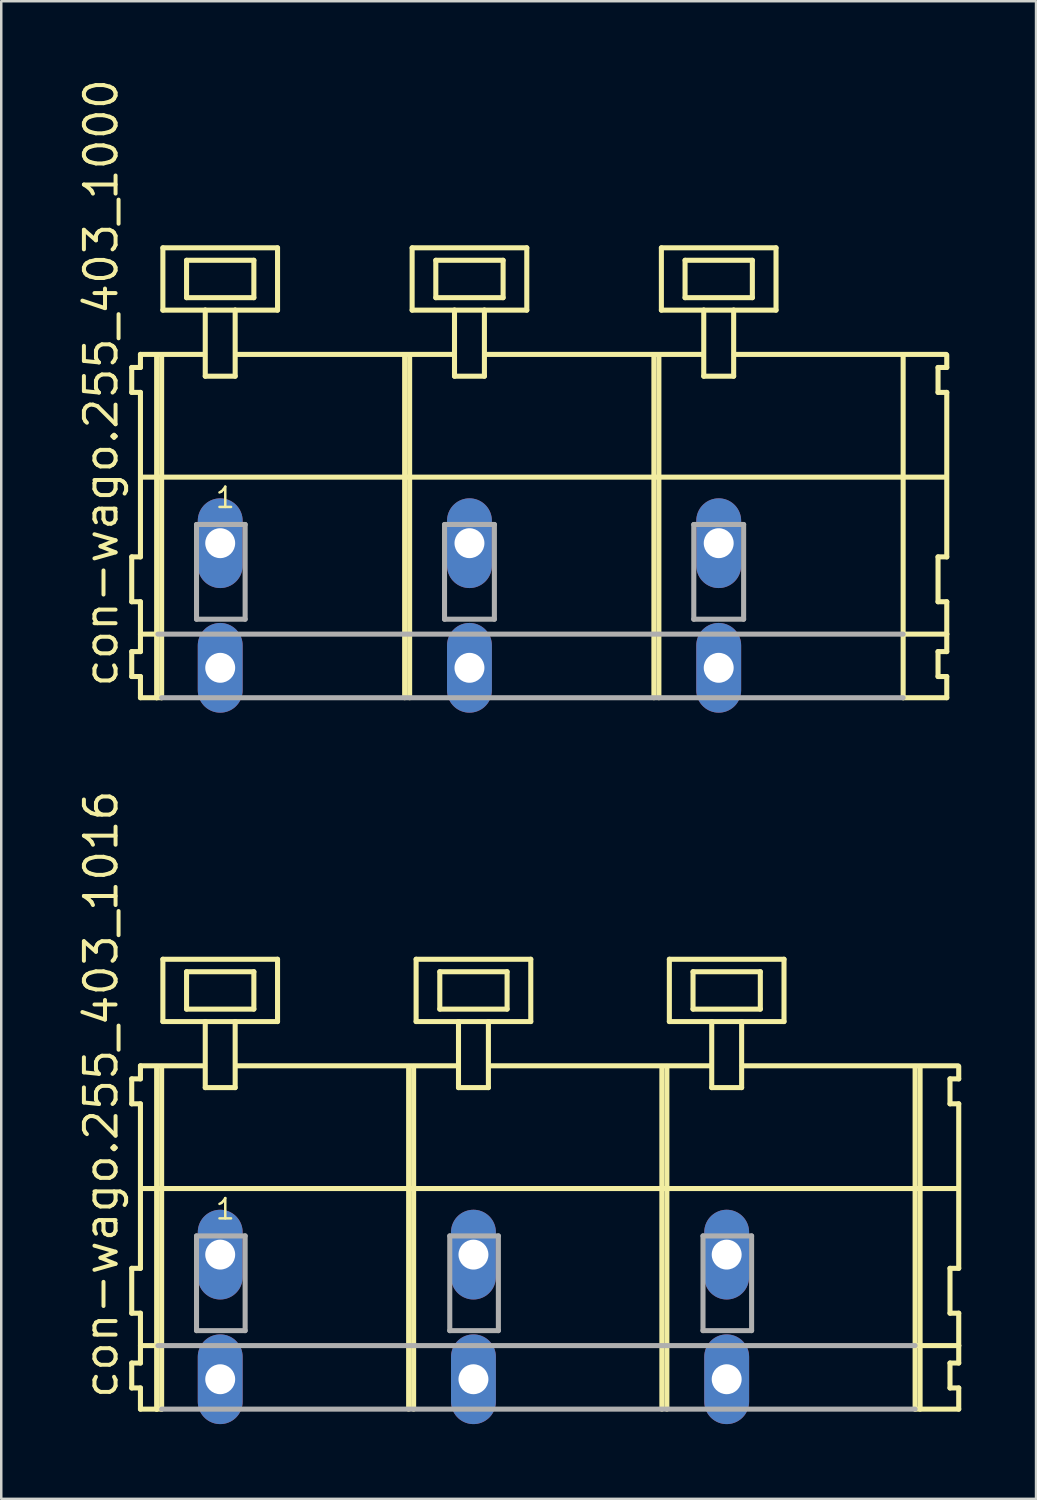
<source format=kicad_pcb>
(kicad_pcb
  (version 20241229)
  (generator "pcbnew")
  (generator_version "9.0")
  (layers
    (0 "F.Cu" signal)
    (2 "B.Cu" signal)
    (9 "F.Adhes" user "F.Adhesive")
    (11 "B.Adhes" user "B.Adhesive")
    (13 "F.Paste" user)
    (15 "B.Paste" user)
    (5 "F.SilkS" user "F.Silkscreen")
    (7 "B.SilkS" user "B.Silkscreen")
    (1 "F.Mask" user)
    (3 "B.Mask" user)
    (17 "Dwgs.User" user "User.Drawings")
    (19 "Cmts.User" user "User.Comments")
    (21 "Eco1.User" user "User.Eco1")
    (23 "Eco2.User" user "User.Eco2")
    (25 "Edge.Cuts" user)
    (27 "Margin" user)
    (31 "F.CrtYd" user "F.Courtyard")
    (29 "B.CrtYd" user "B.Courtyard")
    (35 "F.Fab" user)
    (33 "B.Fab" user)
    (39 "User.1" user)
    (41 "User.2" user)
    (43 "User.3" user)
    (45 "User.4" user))
  (footprint "con-wago.255_403_1016"
    (layer "F.Cu")
    (at 13.405 47.286)
    (property "Reference" "con-wago.255_403_1016" (at -11.655 5.855 90) (layer "F.SilkS") (effects (font (size 1.27 1.27) (thickness 0.16)) (justify left bottom)))
    (attr through_hole)
    (fp_line (start -11.17 -7.05) (end -11.17 -6.05) (stroke (width 0.203) (type default)) (layer "F.SilkS"))
    (fp_line (start -11.17 -6.05) (end -10.82 -6.05) (stroke (width 0.203) (type default)) (layer "F.SilkS"))
    (fp_line (start -11.17 0.55) (end -11.17 2.35) (stroke (width 0.203) (type default)) (layer "F.SilkS"))
    (fp_line (start -11.17 2.35) (end -10.82 2.35) (stroke (width 0.203) (type default)) (layer "F.SilkS"))
    (fp_line (start -11.17 4.35) (end -11.17 5.35) (stroke (width 0.203) (type default)) (layer "F.SilkS"))
    (fp_line (start -11.17 5.35) (end -10.82 5.35) (stroke (width 0.203) (type default)) (layer "F.SilkS"))
    (fp_line (start -10.82 -7.575) (end -10.82 -7.05) (stroke (width 0.203) (type default)) (layer "F.SilkS"))
    (fp_line (start -10.82 -7.575) (end -8.245 -7.575) (stroke (width 0.203) (type default)) (layer "F.SilkS"))
    (fp_line (start -10.82 -7.05) (end -11.17 -7.05) (stroke (width 0.203) (type default)) (layer "F.SilkS"))
    (fp_line (start -10.82 -6.05) (end -10.82 0.55) (stroke (width 0.203) (type default)) (layer "F.SilkS"))
    (fp_line (start -10.82 0.55) (end -11.17 0.55) (stroke (width 0.203) (type default)) (layer "F.SilkS"))
    (fp_line (start -10.82 2.35) (end -10.82 4.35) (stroke (width 0.203) (type default)) (layer "F.SilkS"))
    (fp_line (start -10.82 3.65) (end -10.12 3.65) (stroke (width 0.203) (type default)) (layer "F.SilkS"))
    (fp_line (start -10.82 4.35) (end -11.17 4.35) (stroke (width 0.203) (type default)) (layer "F.SilkS"))
    (fp_line (start -10.82 5.35) (end -10.82 6.2) (stroke (width 0.203) (type default)) (layer "F.SilkS"))
    (fp_line (start -10.82 6.2) (end -10.17 6.2) (stroke (width 0.203) (type default)) (layer "F.SilkS"))
    (fp_line (start -10.77 -2.65) (end 21.96 -2.65) (stroke (width 0.203) (type default)) (layer "F.SilkS"))
    (fp_line (start -10.17 -7.55) (end -10.17 6.2) (stroke (width 0.203) (type default)) (layer "F.SilkS"))
    (fp_line (start -10.17 6.2) (end -9.97 6.2) (stroke (width 0.203) (type default)) (layer "F.SilkS"))
    (fp_line (start -9.97 -7.55) (end -9.97 6.2) (stroke (width 0.203) (type default)) (layer "F.SilkS"))
    (fp_line (start -9.92 -11.85) (end -9.92 -9.35) (stroke (width 0.203) (type default)) (layer "F.SilkS"))
    (fp_line (start -9.92 -9.35) (end -8.22 -9.35) (stroke (width 0.203) (type default)) (layer "F.SilkS"))
    (fp_line (start -8.97 -11.35) (end -8.97 -9.85) (stroke (width 0.203) (type default)) (layer "F.SilkS"))
    (fp_line (start -8.97 -9.85) (end -6.27 -9.85) (stroke (width 0.203) (type default)) (layer "F.SilkS"))
    (fp_line (start -8.22 -9.35) (end -8.22 -6.7) (stroke (width 0.203) (type default)) (layer "F.SilkS"))
    (fp_line (start -8.22 -9.35) (end -7.02 -9.35) (stroke (width 0.203) (type default)) (layer "F.SilkS"))
    (fp_line (start -8.22 -6.7) (end -7.02 -6.7) (stroke (width 0.203) (type default)) (layer "F.SilkS"))
    (fp_line (start -7.02 -9.35) (end -5.32 -9.35) (stroke (width 0.203) (type default)) (layer "F.SilkS"))
    (fp_line (start -7.02 -6.7) (end -7.02 -9.35) (stroke (width 0.203) (type default)) (layer "F.SilkS"))
    (fp_line (start -6.995 -7.575) (end 1.919 -7.575) (stroke (width 0.203) (type default)) (layer "F.SilkS"))
    (fp_line (start -6.27 -11.35) (end -8.97 -11.35) (stroke (width 0.203) (type default)) (layer "F.SilkS"))
    (fp_line (start -6.27 -9.85) (end -6.27 -11.35) (stroke (width 0.203) (type default)) (layer "F.SilkS"))
    (fp_line (start -5.32 -11.85) (end -9.92 -11.85) (stroke (width 0.203) (type default)) (layer "F.SilkS"))
    (fp_line (start -5.32 -9.35) (end -5.32 -11.85) (stroke (width 0.203) (type default)) (layer "F.SilkS"))
    (fp_line (start -0.06 -7.55) (end -0.06 6.2) (stroke (width 0.203) (type default)) (layer "F.SilkS"))
    (fp_line (start 0.14 -7.55) (end 0.14 6.2) (stroke (width 0.203) (type default)) (layer "F.SilkS"))
    (fp_line (start 0.24 -11.85) (end 0.24 -9.35) (stroke (width 0.203) (type default)) (layer "F.SilkS"))
    (fp_line (start 0.24 -9.35) (end 1.94 -9.35) (stroke (width 0.203) (type default)) (layer "F.SilkS"))
    (fp_line (start 1.19 -11.35) (end 1.19 -9.85) (stroke (width 0.203) (type default)) (layer "F.SilkS"))
    (fp_line (start 1.19 -9.85) (end 3.89 -9.85) (stroke (width 0.203) (type default)) (layer "F.SilkS"))
    (fp_line (start 1.94 -9.35) (end 1.94 -6.7) (stroke (width 0.203) (type default)) (layer "F.SilkS"))
    (fp_line (start 1.94 -9.35) (end 3.14 -9.35) (stroke (width 0.203) (type default)) (layer "F.SilkS"))
    (fp_line (start 1.94 -6.7) (end 3.14 -6.7) (stroke (width 0.203) (type default)) (layer "F.SilkS"))
    (fp_line (start 3.14 -9.35) (end 4.84 -9.35) (stroke (width 0.203) (type default)) (layer "F.SilkS"))
    (fp_line (start 3.14 -6.7) (end 3.14 -9.35) (stroke (width 0.203) (type default)) (layer "F.SilkS"))
    (fp_line (start 3.165 -7.575) (end 12.079 -7.575) (stroke (width 0.203) (type default)) (layer "F.SilkS"))
    (fp_line (start 3.89 -11.35) (end 1.19 -11.35) (stroke (width 0.203) (type default)) (layer "F.SilkS"))
    (fp_line (start 3.89 -9.85) (end 3.89 -11.35) (stroke (width 0.203) (type default)) (layer "F.SilkS"))
    (fp_line (start 4.84 -11.85) (end 0.24 -11.85) (stroke (width 0.203) (type default)) (layer "F.SilkS"))
    (fp_line (start 4.84 -9.35) (end 4.84 -11.85) (stroke (width 0.203) (type default)) (layer "F.SilkS"))
    (fp_line (start 10.1 -7.55) (end 10.1 6.2) (stroke (width 0.203) (type default)) (layer "F.SilkS"))
    (fp_line (start 10.3 -7.55) (end 10.3 6.2) (stroke (width 0.203) (type default)) (layer "F.SilkS"))
    (fp_line (start 10.4 -11.85) (end 10.4 -9.35) (stroke (width 0.203) (type default)) (layer "F.SilkS"))
    (fp_line (start 10.4 -9.35) (end 12.1 -9.35) (stroke (width 0.203) (type default)) (layer "F.SilkS"))
    (fp_line (start 11.35 -11.35) (end 11.35 -9.85) (stroke (width 0.203) (type default)) (layer "F.SilkS"))
    (fp_line (start 11.35 -9.85) (end 14.05 -9.85) (stroke (width 0.203) (type default)) (layer "F.SilkS"))
    (fp_line (start 12.1 -9.35) (end 12.1 -6.7) (stroke (width 0.203) (type default)) (layer "F.SilkS"))
    (fp_line (start 12.1 -9.35) (end 13.3 -9.35) (stroke (width 0.203) (type default)) (layer "F.SilkS"))
    (fp_line (start 12.1 -6.7) (end 13.3 -6.7) (stroke (width 0.203) (type default)) (layer "F.SilkS"))
    (fp_line (start 13.3 -9.35) (end 15 -9.35) (stroke (width 0.203) (type default)) (layer "F.SilkS"))
    (fp_line (start 13.3 -6.7) (end 13.3 -9.35) (stroke (width 0.203) (type default)) (layer "F.SilkS"))
    (fp_line (start 13.325 -7.575) (end 21.985 -7.575) (stroke (width 0.203) (type default)) (layer "F.SilkS"))
    (fp_line (start 14.05 -11.35) (end 11.35 -11.35) (stroke (width 0.203) (type default)) (layer "F.SilkS"))
    (fp_line (start 14.05 -9.85) (end 14.05 -11.35) (stroke (width 0.203) (type default)) (layer "F.SilkS"))
    (fp_line (start 15 -11.85) (end 10.4 -11.85) (stroke (width 0.203) (type default)) (layer "F.SilkS"))
    (fp_line (start 15 -9.35) (end 15 -11.85) (stroke (width 0.203) (type default)) (layer "F.SilkS"))
    (fp_line (start 20.26 -7.55) (end 20.26 6.2) (stroke (width 0.203) (type default)) (layer "F.SilkS"))
    (fp_line (start 20.26 6.2) (end 22.01 6.2) (stroke (width 0.203) (type default)) (layer "F.SilkS"))
    (fp_line (start 20.31 3.65) (end 22.01 3.65) (stroke (width 0.203) (type default)) (layer "F.SilkS"))
    (fp_line (start 20.46 -7.55) (end 20.46 6.2) (stroke (width 0.203) (type default)) (layer "F.SilkS"))
    (fp_line (start 21.66 -7.05) (end 21.66 -6.05) (stroke (width 0.203) (type default)) (layer "F.SilkS"))
    (fp_line (start 21.66 -6.05) (end 22.01 -6.05) (stroke (width 0.203) (type default)) (layer "F.SilkS"))
    (fp_line (start 21.66 0.55) (end 21.66 2.35) (stroke (width 0.203) (type default)) (layer "F.SilkS"))
    (fp_line (start 21.66 2.35) (end 22.01 2.35) (stroke (width 0.203) (type default)) (layer "F.SilkS"))
    (fp_line (start 21.66 4.35) (end 21.66 5.35) (stroke (width 0.203) (type default)) (layer "F.SilkS"))
    (fp_line (start 21.66 5.35) (end 22.01 5.35) (stroke (width 0.203) (type default)) (layer "F.SilkS"))
    (fp_line (start 22.01 -7.05) (end 21.66 -7.05) (stroke (width 0.203) (type default)) (layer "F.SilkS"))
    (fp_line (start 22.01 -7.05) (end 22.01 -7.55) (stroke (width 0.203) (type default)) (layer "F.SilkS"))
    (fp_line (start 22.01 0.55) (end 21.66 0.55) (stroke (width 0.203) (type default)) (layer "F.SilkS"))
    (fp_line (start 22.01 0.55) (end 22.01 -6.05) (stroke (width 0.203) (type default)) (layer "F.SilkS"))
    (fp_line (start 22.01 3.65) (end 22.01 2.35) (stroke (width 0.203) (type default)) (layer "F.SilkS"))
    (fp_line (start 22.01 4.35) (end 21.66 4.35) (stroke (width 0.203) (type default)) (layer "F.SilkS"))
    (fp_line (start 22.01 4.35) (end 22.01 3.65) (stroke (width 0.203) (type default)) (layer "F.SilkS"))
    (fp_line (start 22.01 6.2) (end 22.01 5.35) (stroke (width 0.203) (type default)) (layer "F.SilkS"))
    (fp_line (start -10.12 3.65) (end 20.26 3.65) (stroke (width 0.203) (type default)) (layer "F.Fab"))
    (fp_line (start -9.97 6.2) (end 20.26 6.2) (stroke (width 0.203) (type default)) (layer "F.Fab"))
    (fp_line (start -8.57 -0.75) (end -8.57 3.05) (stroke (width 0.203) (type default)) (layer "F.Fab"))
    (fp_line (start -8.57 3.05) (end -6.62 3.05) (stroke (width 0.203) (type default)) (layer "F.Fab"))
    (fp_line (start -6.62 -0.75) (end -8.57 -0.75) (stroke (width 0.203) (type default)) (layer "F.Fab"))
    (fp_line (start -6.62 3.05) (end -6.62 -0.75) (stroke (width 0.203) (type default)) (layer "F.Fab"))
    (fp_line (start 1.59 -0.75) (end 1.59 3.05) (stroke (width 0.203) (type default)) (layer "F.Fab"))
    (fp_line (start 1.59 3.05) (end 3.54 3.05) (stroke (width 0.203) (type default)) (layer "F.Fab"))
    (fp_line (start 3.54 -0.75) (end 1.59 -0.75) (stroke (width 0.203) (type default)) (layer "F.Fab"))
    (fp_line (start 3.54 3.05) (end 3.54 -0.75) (stroke (width 0.203) (type default)) (layer "F.Fab"))
    (fp_line (start 11.75 -0.75) (end 11.75 3.05) (stroke (width 0.203) (type default)) (layer "F.Fab"))
    (fp_line (start 11.75 3.05) (end 13.7 3.05) (stroke (width 0.203) (type default)) (layer "F.Fab"))
    (fp_line (start 13.7 -0.75) (end 11.75 -0.75) (stroke (width 0.203) (type default)) (layer "F.Fab"))
    (fp_line (start 13.7 3.05) (end 13.7 -0.75) (stroke (width 0.203) (type default)) (layer "F.Fab"))
    (fp_text user "1" (at -7.87 -1.35 0) (layer "F.SilkS") (effects (font (size 0.813 0.813) (thickness 0.1)) (justify left bottom)))
    (pad "A1" thru_hole oval (at -7.62 0 90) (size 3.6 1.8) (drill 1.2) (layers "*.Cu" "*.Mask"))
    (pad "A2" thru_hole oval (at 2.54 0 90) (size 3.6 1.8) (drill 1.2) (layers "*.Cu" "*.Mask"))
    (pad "A3" thru_hole oval (at 12.7 0 90) (size 3.6 1.8) (drill 1.2) (layers "*.Cu" "*.Mask"))
    (pad "B1" thru_hole oval (at -7.62 5 90) (size 3.6 1.8) (drill 1.2) (layers "*.Cu" "*.Mask"))
    (pad "B2" thru_hole oval (at 2.54 5 90) (size 3.6 1.8) (drill 1.2) (layers "*.Cu" "*.Mask"))
    (pad "B3" thru_hole oval (at 12.7 5 90) (size 3.6 1.8) (drill 1.2) (layers "*.Cu" "*.Mask")))
  (footprint "con-wago.255_403_1000"
    (layer "F.Cu")
    (at 13.285 18.743)
    (property "Reference" "con-wago.255_403_1000" (at -11.535 5.855 90) (layer "F.SilkS") (effects (font (size 1.27 1.27) (thickness 0.16)) (justify left bottom)))
    (attr through_hole)
    (fp_line (start -11.05 -7.05) (end -11.05 -6.05) (stroke (width 0.203) (type default)) (layer "F.SilkS"))
    (fp_line (start -11.05 -6.05) (end -10.7 -6.05) (stroke (width 0.203) (type default)) (layer "F.SilkS"))
    (fp_line (start -11.05 0.55) (end -11.05 2.35) (stroke (width 0.203) (type default)) (layer "F.SilkS"))
    (fp_line (start -11.05 2.35) (end -10.7 2.35) (stroke (width 0.203) (type default)) (layer "F.SilkS"))
    (fp_line (start -11.05 4.35) (end -11.05 5.35) (stroke (width 0.203) (type default)) (layer "F.SilkS"))
    (fp_line (start -11.05 5.35) (end -10.7 5.35) (stroke (width 0.203) (type default)) (layer "F.SilkS"))
    (fp_line (start -10.7 -7.575) (end -10.7 -7.05) (stroke (width 0.203) (type default)) (layer "F.SilkS"))
    (fp_line (start -10.7 -7.575) (end -8.125 -7.575) (stroke (width 0.203) (type default)) (layer "F.SilkS"))
    (fp_line (start -10.7 -7.05) (end -11.05 -7.05) (stroke (width 0.203) (type default)) (layer "F.SilkS"))
    (fp_line (start -10.7 -6.05) (end -10.7 0.55) (stroke (width 0.203) (type default)) (layer "F.SilkS"))
    (fp_line (start -10.7 0.55) (end -11.05 0.55) (stroke (width 0.203) (type default)) (layer "F.SilkS"))
    (fp_line (start -10.7 2.35) (end -10.7 4.35) (stroke (width 0.203) (type default)) (layer "F.SilkS"))
    (fp_line (start -10.7 3.65) (end -10 3.65) (stroke (width 0.203) (type default)) (layer "F.SilkS"))
    (fp_line (start -10.7 4.35) (end -11.05 4.35) (stroke (width 0.203) (type default)) (layer "F.SilkS"))
    (fp_line (start -10.7 5.35) (end -10.7 6.2) (stroke (width 0.203) (type default)) (layer "F.SilkS"))
    (fp_line (start -10.7 6.2) (end -10.05 6.2) (stroke (width 0.203) (type default)) (layer "F.SilkS"))
    (fp_line (start -10.65 -2.65) (end 21.6 -2.65) (stroke (width 0.203) (type default)) (layer "F.SilkS"))
    (fp_line (start -10.05 -7.55) (end -10.05 6.2) (stroke (width 0.203) (type default)) (layer "F.SilkS"))
    (fp_line (start -10.05 6.2) (end -9.85 6.2) (stroke (width 0.203) (type default)) (layer "F.SilkS"))
    (fp_line (start -9.85 -7.55) (end -9.85 6.2) (stroke (width 0.203) (type default)) (layer "F.SilkS"))
    (fp_line (start -9.8 -11.85) (end -9.8 -9.35) (stroke (width 0.203) (type default)) (layer "F.SilkS"))
    (fp_line (start -9.8 -9.35) (end -8.1 -9.35) (stroke (width 0.203) (type default)) (layer "F.SilkS"))
    (fp_line (start -8.85 -11.35) (end -8.85 -9.85) (stroke (width 0.203) (type default)) (layer "F.SilkS"))
    (fp_line (start -8.85 -9.85) (end -6.15 -9.85) (stroke (width 0.203) (type default)) (layer "F.SilkS"))
    (fp_line (start -8.1 -9.35) (end -8.1 -6.7) (stroke (width 0.203) (type default)) (layer "F.SilkS"))
    (fp_line (start -8.1 -9.35) (end -6.9 -9.35) (stroke (width 0.203) (type default)) (layer "F.SilkS"))
    (fp_line (start -8.1 -6.7) (end -6.9 -6.7) (stroke (width 0.203) (type default)) (layer "F.SilkS"))
    (fp_line (start -6.9 -9.35) (end -5.2 -9.35) (stroke (width 0.203) (type default)) (layer "F.SilkS"))
    (fp_line (start -6.9 -6.7) (end -6.9 -9.35) (stroke (width 0.203) (type default)) (layer "F.SilkS"))
    (fp_line (start -6.825 -7.575) (end 1.875 -7.575) (stroke (width 0.203) (type default)) (layer "F.SilkS"))
    (fp_line (start -6.15 -11.35) (end -8.85 -11.35) (stroke (width 0.203) (type default)) (layer "F.SilkS"))
    (fp_line (start -6.15 -9.85) (end -6.15 -11.35) (stroke (width 0.203) (type default)) (layer "F.SilkS"))
    (fp_line (start -5.2 -11.85) (end -9.8 -11.85) (stroke (width 0.203) (type default)) (layer "F.SilkS"))
    (fp_line (start -5.2 -9.35) (end -5.2 -11.85) (stroke (width 0.203) (type default)) (layer "F.SilkS"))
    (fp_line (start -0.1 -7.55) (end -0.1 6.2) (stroke (width 0.203) (type default)) (layer "F.SilkS"))
    (fp_line (start 0.1 -7.55) (end 0.1 6.2) (stroke (width 0.203) (type default)) (layer "F.SilkS"))
    (fp_line (start 0.2 -11.85) (end 0.2 -9.35) (stroke (width 0.203) (type default)) (layer "F.SilkS"))
    (fp_line (start 0.2 -9.35) (end 1.9 -9.35) (stroke (width 0.203) (type default)) (layer "F.SilkS"))
    (fp_line (start 1.15 -11.35) (end 1.15 -9.85) (stroke (width 0.203) (type default)) (layer "F.SilkS"))
    (fp_line (start 1.15 -9.85) (end 3.85 -9.85) (stroke (width 0.203) (type default)) (layer "F.SilkS"))
    (fp_line (start 1.9 -9.35) (end 1.9 -6.7) (stroke (width 0.203) (type default)) (layer "F.SilkS"))
    (fp_line (start 1.9 -9.35) (end 3.1 -9.35) (stroke (width 0.203) (type default)) (layer "F.SilkS"))
    (fp_line (start 1.9 -6.7) (end 3.1 -6.7) (stroke (width 0.203) (type default)) (layer "F.SilkS"))
    (fp_line (start 3.1 -9.35) (end 4.8 -9.35) (stroke (width 0.203) (type default)) (layer "F.SilkS"))
    (fp_line (start 3.1 -6.7) (end 3.1 -9.35) (stroke (width 0.203) (type default)) (layer "F.SilkS"))
    (fp_line (start 3.175 -7.575) (end 11.875 -7.575) (stroke (width 0.203) (type default)) (layer "F.SilkS"))
    (fp_line (start 3.85 -11.35) (end 1.15 -11.35) (stroke (width 0.203) (type default)) (layer "F.SilkS"))
    (fp_line (start 3.85 -9.85) (end 3.85 -11.35) (stroke (width 0.203) (type default)) (layer "F.SilkS"))
    (fp_line (start 4.8 -11.85) (end 0.2 -11.85) (stroke (width 0.203) (type default)) (layer "F.SilkS"))
    (fp_line (start 4.8 -9.35) (end 4.8 -11.85) (stroke (width 0.203) (type default)) (layer "F.SilkS"))
    (fp_line (start 9.9 -7.55) (end 9.9 6.2) (stroke (width 0.203) (type default)) (layer "F.SilkS"))
    (fp_line (start 10.1 -7.55) (end 10.1 6.2) (stroke (width 0.203) (type default)) (layer "F.SilkS"))
    (fp_line (start 10.2 -11.85) (end 10.2 -9.35) (stroke (width 0.203) (type default)) (layer "F.SilkS"))
    (fp_line (start 10.2 -9.35) (end 11.9 -9.35) (stroke (width 0.203) (type default)) (layer "F.SilkS"))
    (fp_line (start 11.15 -11.35) (end 11.15 -9.85) (stroke (width 0.203) (type default)) (layer "F.SilkS"))
    (fp_line (start 11.15 -9.85) (end 13.85 -9.85) (stroke (width 0.203) (type default)) (layer "F.SilkS"))
    (fp_line (start 11.9 -9.35) (end 11.9 -6.7) (stroke (width 0.203) (type default)) (layer "F.SilkS"))
    (fp_line (start 11.9 -9.35) (end 13.1 -9.35) (stroke (width 0.203) (type default)) (layer "F.SilkS"))
    (fp_line (start 11.9 -6.7) (end 13.1 -6.7) (stroke (width 0.203) (type default)) (layer "F.SilkS"))
    (fp_line (start 13.1 -9.35) (end 14.8 -9.35) (stroke (width 0.203) (type default)) (layer "F.SilkS"))
    (fp_line (start 13.1 -6.7) (end 13.1 -9.35) (stroke (width 0.203) (type default)) (layer "F.SilkS"))
    (fp_line (start 13.125 -7.575) (end 21.625 -7.575) (stroke (width 0.203) (type default)) (layer "F.SilkS"))
    (fp_line (start 13.85 -11.35) (end 11.15 -11.35) (stroke (width 0.203) (type default)) (layer "F.SilkS"))
    (fp_line (start 13.85 -9.85) (end 13.85 -11.35) (stroke (width 0.203) (type default)) (layer "F.SilkS"))
    (fp_line (start 14.8 -11.85) (end 10.2 -11.85) (stroke (width 0.203) (type default)) (layer "F.SilkS"))
    (fp_line (start 14.8 -9.35) (end 14.8 -11.85) (stroke (width 0.203) (type default)) (layer "F.SilkS"))
    (fp_line (start 19.9 -7.55) (end 19.9 6.2) (stroke (width 0.203) (type default)) (layer "F.SilkS"))
    (fp_line (start 19.9 6.2) (end 21.65 6.2) (stroke (width 0.203) (type default)) (layer "F.SilkS"))
    (fp_line (start 19.95 3.65) (end 21.65 3.65) (stroke (width 0.203) (type default)) (layer "F.SilkS"))
    (fp_line (start 21.3 -7.05) (end 21.3 -6.05) (stroke (width 0.203) (type default)) (layer "F.SilkS"))
    (fp_line (start 21.3 -6.05) (end 21.65 -6.05) (stroke (width 0.203) (type default)) (layer "F.SilkS"))
    (fp_line (start 21.3 0.55) (end 21.3 2.35) (stroke (width 0.203) (type default)) (layer "F.SilkS"))
    (fp_line (start 21.3 2.35) (end 21.65 2.35) (stroke (width 0.203) (type default)) (layer "F.SilkS"))
    (fp_line (start 21.3 4.35) (end 21.3 5.35) (stroke (width 0.203) (type default)) (layer "F.SilkS"))
    (fp_line (start 21.3 5.35) (end 21.65 5.35) (stroke (width 0.203) (type default)) (layer "F.SilkS"))
    (fp_line (start 21.65 -7.05) (end 21.3 -7.05) (stroke (width 0.203) (type default)) (layer "F.SilkS"))
    (fp_line (start 21.65 -7.05) (end 21.65 -7.55) (stroke (width 0.203) (type default)) (layer "F.SilkS"))
    (fp_line (start 21.65 0.55) (end 21.3 0.55) (stroke (width 0.203) (type default)) (layer "F.SilkS"))
    (fp_line (start 21.65 0.55) (end 21.65 -6.05) (stroke (width 0.203) (type default)) (layer "F.SilkS"))
    (fp_line (start 21.65 3.65) (end 21.65 2.35) (stroke (width 0.203) (type default)) (layer "F.SilkS"))
    (fp_line (start 21.65 4.35) (end 21.3 4.35) (stroke (width 0.203) (type default)) (layer "F.SilkS"))
    (fp_line (start 21.65 4.35) (end 21.65 3.65) (stroke (width 0.203) (type default)) (layer "F.SilkS"))
    (fp_line (start 21.65 6.2) (end 21.65 5.35) (stroke (width 0.203) (type default)) (layer "F.SilkS"))
    (fp_line (start -10 3.65) (end 19.9 3.65) (stroke (width 0.203) (type default)) (layer "F.Fab"))
    (fp_line (start -9.85 6.2) (end 19.9 6.2) (stroke (width 0.203) (type default)) (layer "F.Fab"))
    (fp_line (start -8.45 -0.75) (end -8.45 3.05) (stroke (width 0.203) (type default)) (layer "F.Fab"))
    (fp_line (start -8.45 3.05) (end -6.5 3.05) (stroke (width 0.203) (type default)) (layer "F.Fab"))
    (fp_line (start -6.5 -0.75) (end -8.45 -0.75) (stroke (width 0.203) (type default)) (layer "F.Fab"))
    (fp_line (start -6.5 3.05) (end -6.5 -0.75) (stroke (width 0.203) (type default)) (layer "F.Fab"))
    (fp_line (start 1.5 -0.75) (end 1.5 3.05) (stroke (width 0.203) (type default)) (layer "F.Fab"))
    (fp_line (start 1.5 3.05) (end 3.5 3.05) (stroke (width 0.203) (type default)) (layer "F.Fab"))
    (fp_line (start 3.5 -0.75) (end 1.5 -0.75) (stroke (width 0.203) (type default)) (layer "F.Fab"))
    (fp_line (start 3.5 3.05) (end 3.5 -0.75) (stroke (width 0.203) (type default)) (layer "F.Fab"))
    (fp_line (start 11.5 -0.75) (end 11.5 3.05) (stroke (width 0.203) (type default)) (layer "F.Fab"))
    (fp_line (start 11.5 3.05) (end 13.5 3.05) (stroke (width 0.203) (type default)) (layer "F.Fab"))
    (fp_line (start 13.5 -0.75) (end 11.5 -0.75) (stroke (width 0.203) (type default)) (layer "F.Fab"))
    (fp_line (start 13.5 3.05) (end 13.5 -0.75) (stroke (width 0.203) (type default)) (layer "F.Fab"))
    (fp_text user "1" (at -7.75 -1.35 0) (layer "F.SilkS") (effects (font (size 0.813 0.813) (thickness 0.1)) (justify left bottom)))
    (pad "A1" thru_hole oval (at -7.5 0 90) (size 3.6 1.8) (drill 1.2) (layers "*.Cu" "*.Mask"))
    (pad "A2" thru_hole oval (at 2.5 0 90) (size 3.6 1.8) (drill 1.2) (layers "*.Cu" "*.Mask"))
    (pad "A3" thru_hole oval (at 12.5 0 90) (size 3.6 1.8) (drill 1.2) (layers "*.Cu" "*.Mask"))
    (pad "B1" thru_hole oval (at -7.5 5 90) (size 3.6 1.8) (drill 1.2) (layers "*.Cu" "*.Mask"))
    (pad "B2" thru_hole oval (at 2.5 5 90) (size 3.6 1.8) (drill 1.2) (layers "*.Cu" "*.Mask"))
    (pad "B3" thru_hole oval (at 12.5 5 90) (size 3.6 1.8) (drill 1.2) (layers "*.Cu" "*.Mask")))
  (gr_rect
    (start -3 -3)
    (end 38.517 57.086)
    (stroke (width 0.1) (type default))
    (fill no)
    (layer "Edge.Cuts")))
</source>
